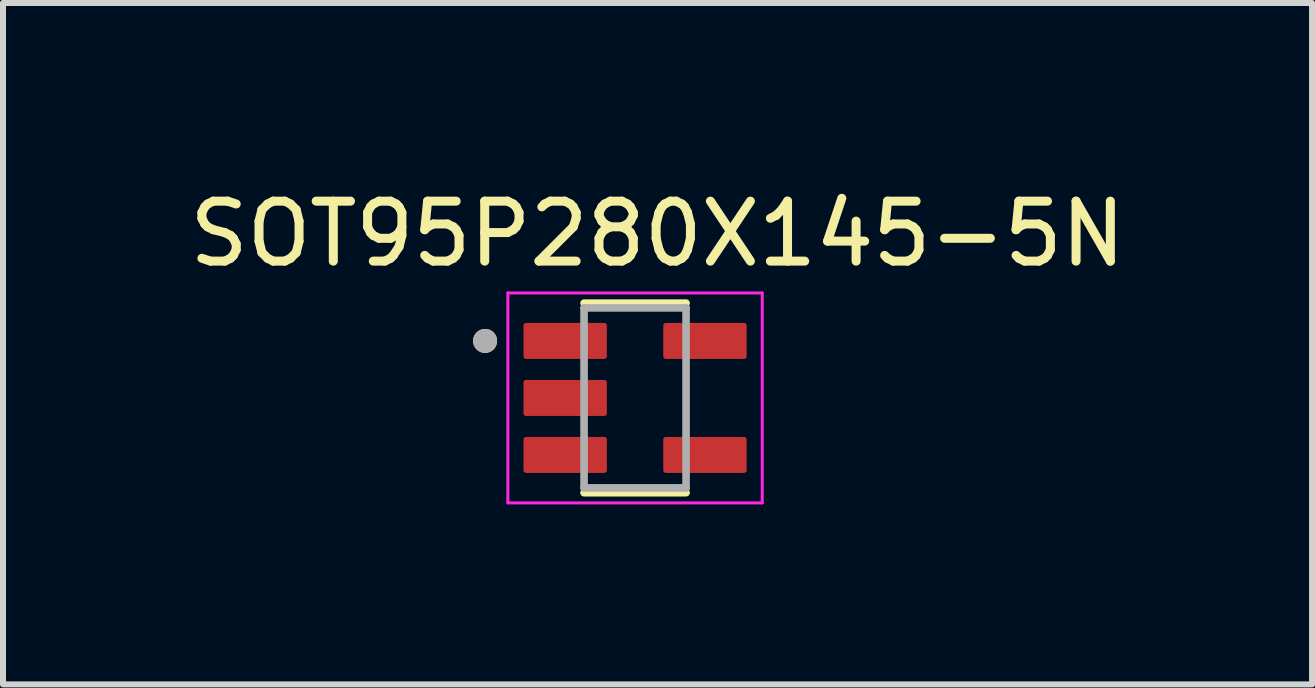
<source format=kicad_pcb>
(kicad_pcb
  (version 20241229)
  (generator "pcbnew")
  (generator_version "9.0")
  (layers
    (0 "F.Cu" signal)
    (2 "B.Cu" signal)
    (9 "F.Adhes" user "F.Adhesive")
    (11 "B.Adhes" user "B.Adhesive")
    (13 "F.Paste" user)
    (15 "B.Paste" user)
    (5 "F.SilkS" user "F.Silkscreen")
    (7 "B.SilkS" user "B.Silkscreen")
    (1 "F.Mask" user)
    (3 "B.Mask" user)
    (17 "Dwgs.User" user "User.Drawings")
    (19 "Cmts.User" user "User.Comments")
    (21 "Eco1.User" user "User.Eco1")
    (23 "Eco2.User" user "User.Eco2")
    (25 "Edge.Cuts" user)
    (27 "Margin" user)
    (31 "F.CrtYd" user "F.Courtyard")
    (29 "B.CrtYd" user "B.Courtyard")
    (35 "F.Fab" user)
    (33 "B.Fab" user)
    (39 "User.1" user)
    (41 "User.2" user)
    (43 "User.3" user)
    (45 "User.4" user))
  (footprint "SOT95P280X145-5N"
    (layer "F.Cu")
    (at 7.536 3.583)
    (property "Reference" "SOT95P280X145-5N" (at 0.375 -2.735 0) (layer "F.SilkS") (effects (font (size 1 1) (thickness 0.15))))
    (attr smd)
    (fp_line (start -0.85 -1.58) (end 0.85 -1.58) (stroke (width 0.127) (type solid)) (layer "F.SilkS"))
    (fp_line (start -0.85 1.58) (end 0.85 1.58) (stroke (width 0.127) (type solid)) (layer "F.SilkS"))
    (fp_circle (center -2.5 -0.95) (end -2.4 -0.95) (stroke (width 0.2) (type solid)) (fill no) (layer "F.SilkS"))
    (fp_line (start -2.12 -1.75) (end 2.12 -1.75) (stroke (width 0.05) (type solid)) (layer "F.CrtYd"))
    (fp_line (start -2.12 1.75) (end -2.12 -1.75) (stroke (width 0.05) (type solid)) (layer "F.CrtYd"))
    (fp_line (start 2.12 -1.75) (end 2.12 1.75) (stroke (width 0.05) (type solid)) (layer "F.CrtYd"))
    (fp_line (start 2.12 1.75) (end -2.12 1.75) (stroke (width 0.05) (type solid)) (layer "F.CrtYd"))
    (fp_line (start -0.85 -1.5) (end 0.85 -1.5) (stroke (width 0.127) (type solid)) (layer "F.Fab"))
    (fp_line (start -0.85 1.5) (end -0.85 -1.5) (stroke (width 0.127) (type solid)) (layer "F.Fab"))
    (fp_line (start 0.85 -1.5) (end 0.85 1.5) (stroke (width 0.127) (type solid)) (layer "F.Fab"))
    (fp_line (start 0.85 1.5) (end -0.85 1.5) (stroke (width 0.127) (type solid)) (layer "F.Fab"))
    (fp_circle (center -2.5 -0.95) (end -2.4 -0.95) (stroke (width 0.2) (type solid)) (fill no) (layer "F.Fab"))
    (pad "1" smd roundrect (at -1.165 -0.95) (size 1.39 0.6) (layers "F.Cu" "F.Mask" "F.Paste") (roundrect_rratio 0.07))
    (pad "2" smd roundrect (at -1.165 0) (size 1.39 0.6) (layers "F.Cu" "F.Mask" "F.Paste") (roundrect_rratio 0.07))
    (pad "3" smd roundrect (at -1.165 0.95) (size 1.39 0.6) (layers "F.Cu" "F.Mask" "F.Paste") (roundrect_rratio 0.07))
    (pad "4" smd roundrect (at 1.165 0.95) (size 1.39 0.6) (layers "F.Cu" "F.Mask" "F.Paste") (roundrect_rratio 0.07))
    (pad "5" smd roundrect (at 1.165 -0.95) (size 1.39 0.6) (layers "F.Cu" "F.Mask" "F.Paste") (roundrect_rratio 0.07)))
  (gr_rect
    (start -3 -3)
    (end 18.821 8.358)
    (stroke (width 0.1) (type default))
    (fill no)
    (layer "Edge.Cuts")))
</source>
